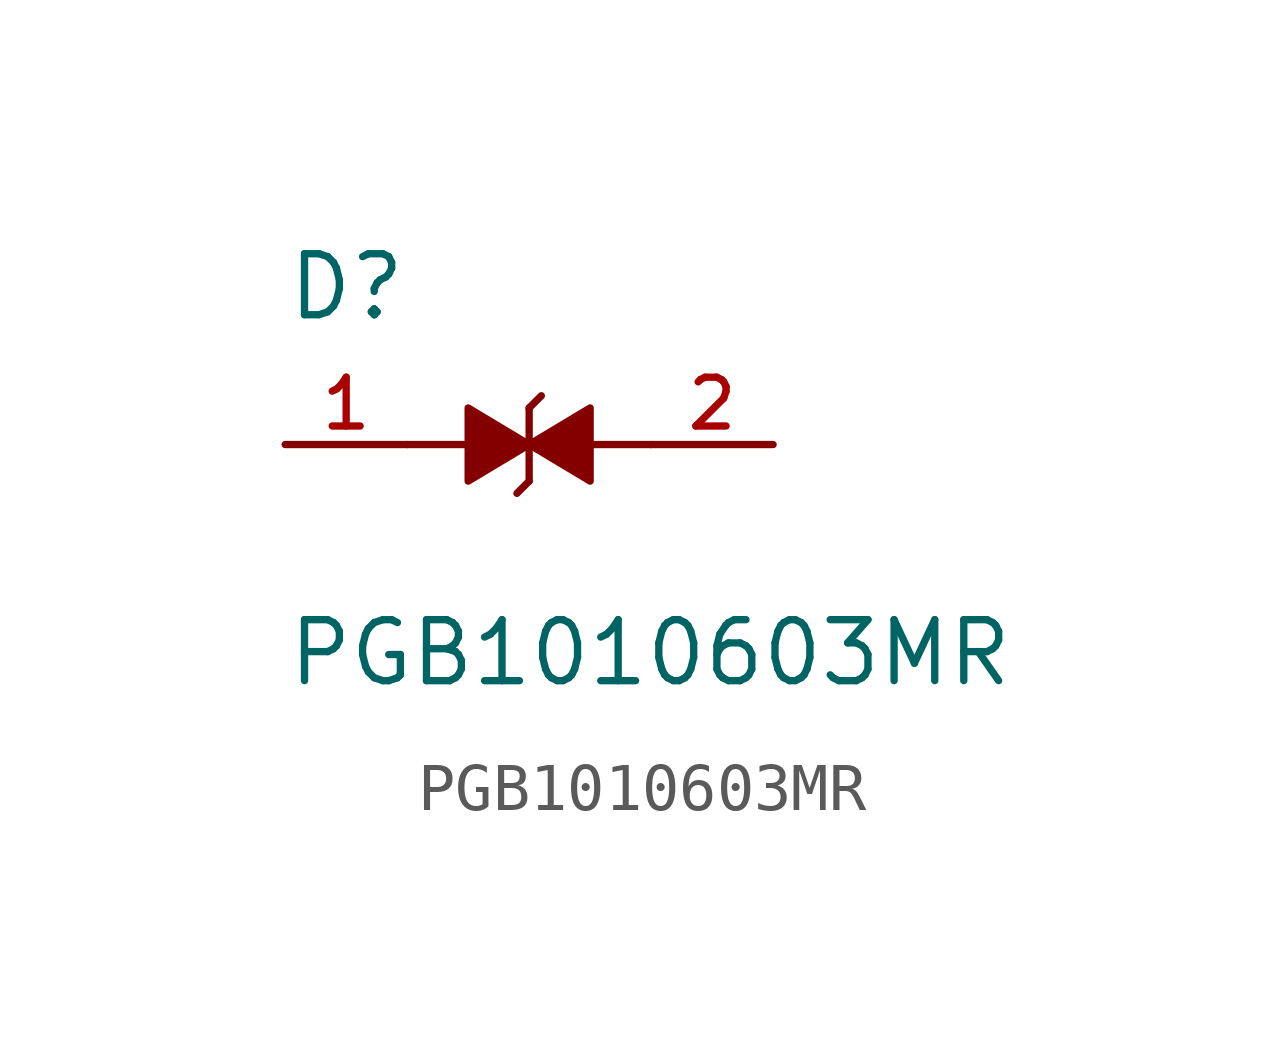
<source format=kicad_sym>
(kicad_symbol_lib
  (version 20211014)
  (generator kicad_symbol_editor)
  (symbol "PGB1010603MR"
    (pin_names
      (offset 1.016))
    (property "Reference" "D"
      (at -5.08 2.54 0)
      (effects (font (size 1.27 1.27)) (justify bottom left)))
    (property "Value" "PGB1010603MR"
      (at -5.08 -5.08 0)
      (effects (font (size 1.27 1.27)) (justify bottom left)))
    (symbol "PGB1010603MR_0_0"
      (polyline (pts (xy 0.0 0.0) (xy -1.27 -0.762) (xy -1.27 0.762) (xy 0.0 0.0)) (stroke (width 0.152)) (fill (type outline)))
      (polyline (pts (xy 0.0 -0.762) (xy 0.0 0.762)) (stroke (width 0.152)))
      (polyline (pts (xy 0.0 0.0) (xy 1.27 0.762) (xy 1.27 -0.762) (xy 0.0 0.0)) (stroke (width 0.152)) (fill (type outline)))
      (polyline (pts (xy 0.0 -0.762) (xy -0.254 -1.016)) (stroke (width 0.152)))
      (polyline (pts (xy 0.0 0.762) (xy 0.254 1.016)) (stroke (width 0.152)))
      (polyline (pts (xy 1.27 0.0) (xy 2.54 0.0)) (stroke (width 0.152)))
      (polyline (pts (xy -1.27 0.0) (xy -2.54 0.0)) (stroke (width 0.152)))
      (pin passive line (at -5.08 0.0 0) (length 2.54) (name "~" (effects (font (size 1.016 1.016)))) (number "1" (effects (font (size 1.016 1.016)))))
      (pin passive line (at 5.08 0.0 180.0) (length 2.54) (name "~" (effects (font (size 1.016 1.016)))) (number "2" (effects (font (size 1.016 1.016))))))))
</source>
